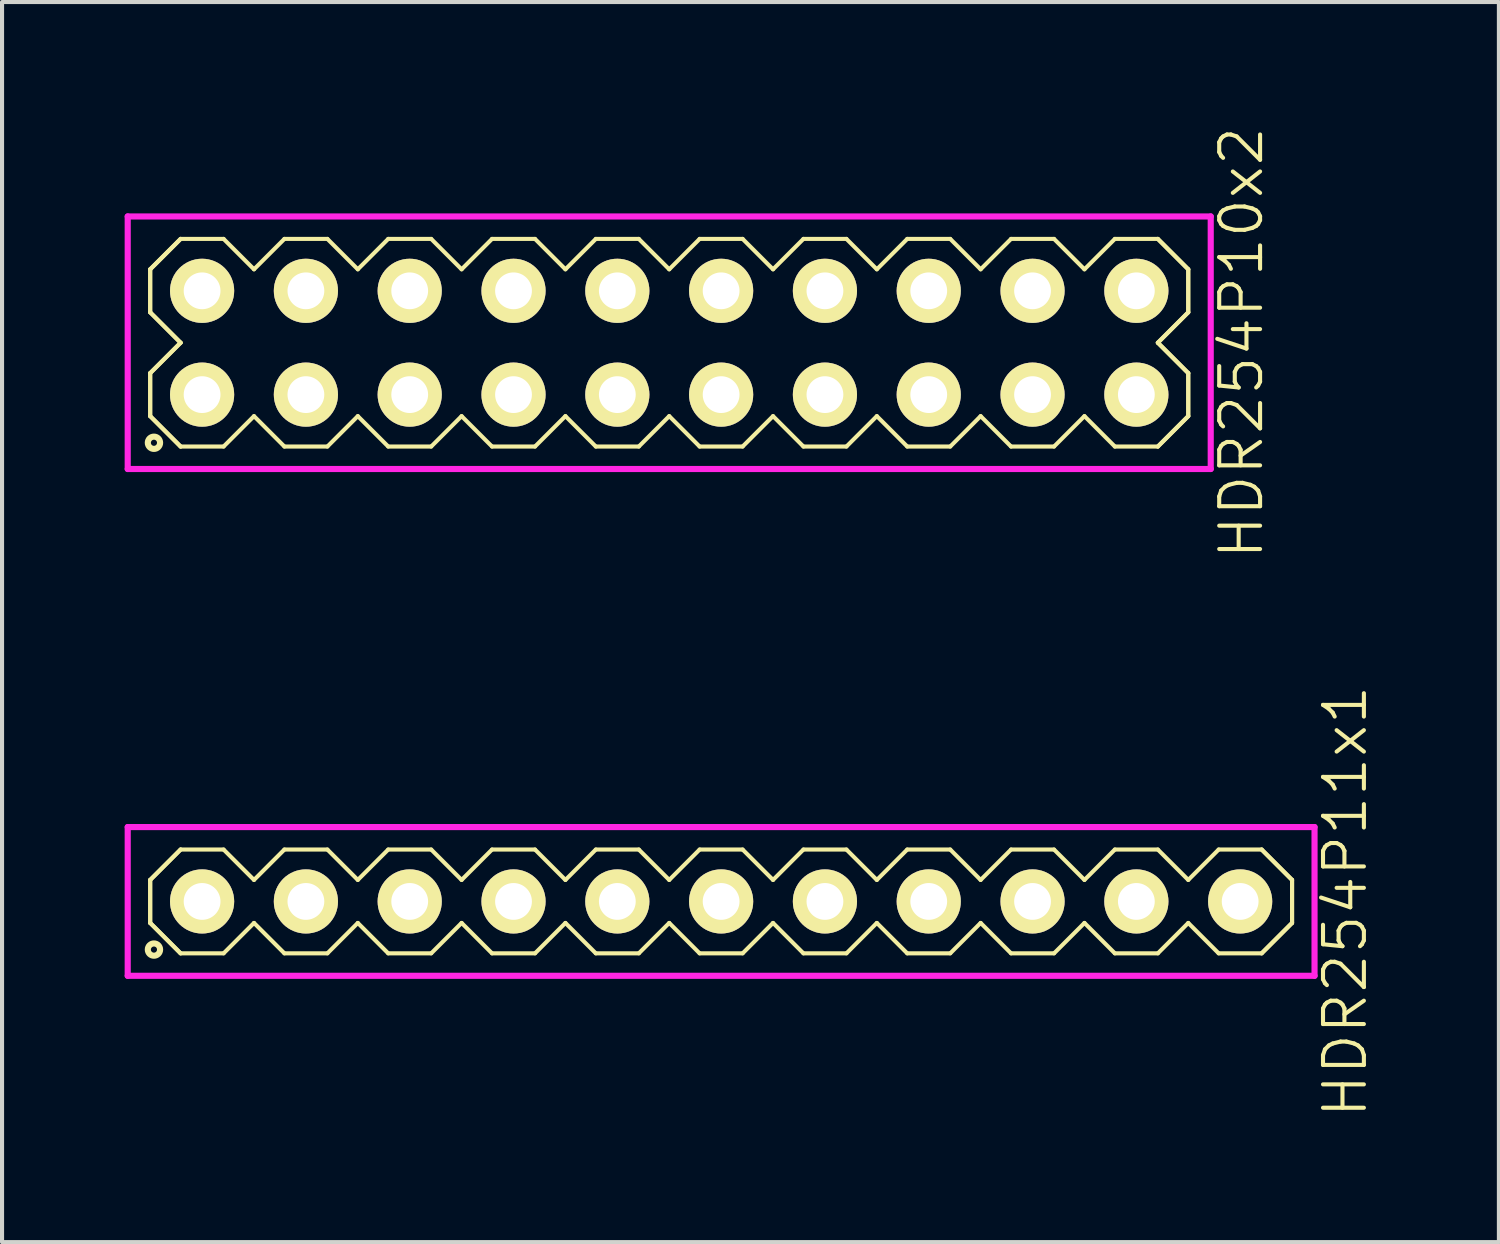
<source format=kicad_pcb>
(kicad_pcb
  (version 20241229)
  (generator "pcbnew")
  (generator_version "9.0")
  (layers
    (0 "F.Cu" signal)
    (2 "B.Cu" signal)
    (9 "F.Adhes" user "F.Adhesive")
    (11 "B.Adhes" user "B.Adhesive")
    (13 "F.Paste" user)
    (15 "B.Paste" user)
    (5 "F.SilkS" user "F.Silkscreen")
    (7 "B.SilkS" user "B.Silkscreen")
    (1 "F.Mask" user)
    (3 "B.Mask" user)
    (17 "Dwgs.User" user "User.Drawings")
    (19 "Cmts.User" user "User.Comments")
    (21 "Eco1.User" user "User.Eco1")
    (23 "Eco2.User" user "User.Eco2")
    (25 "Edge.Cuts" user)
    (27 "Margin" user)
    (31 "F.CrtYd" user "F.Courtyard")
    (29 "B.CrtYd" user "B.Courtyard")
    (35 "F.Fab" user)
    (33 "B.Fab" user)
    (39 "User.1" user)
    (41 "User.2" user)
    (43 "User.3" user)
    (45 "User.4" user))
  (footprint "HDR254P11x1"
    (layer "F.Cu")
    (at 14.595 19.007)
    (property "Reference" "HDR254P11x1" (at 15.27 0 90) (layer "F.SilkS") (effects (font (size 1 1) (thickness 0.1))))
    (attr through_hole)
    (fp_line (start -13.97 -0.526) (end -13.226 -1.27) (stroke (width 0.1) (type solid)) (layer "F.SilkS"))
    (fp_line (start -13.97 -0.526) (end -13.226 -1.27) (stroke (width 0.1) (type solid)) (layer "F.SilkS"))
    (fp_line (start -13.97 0.526) (end -13.97 -0.526) (stroke (width 0.1) (type solid)) (layer "F.SilkS"))
    (fp_line (start -13.97 0.526) (end -13.97 -0.526) (stroke (width 0.1) (type solid)) (layer "F.SilkS"))
    (fp_line (start -13.226 -1.27) (end -12.174 -1.27) (stroke (width 0.1) (type solid)) (layer "F.SilkS"))
    (fp_line (start -13.226 1.27) (end -13.97 0.526) (stroke (width 0.1) (type solid)) (layer "F.SilkS"))
    (fp_line (start -13.226 1.27) (end -13.97 0.526) (stroke (width 0.1) (type solid)) (layer "F.SilkS"))
    (fp_line (start -12.174 -1.27) (end -11.43 -0.526) (stroke (width 0.1) (type solid)) (layer "F.SilkS"))
    (fp_line (start -12.174 1.27) (end -13.226 1.27) (stroke (width 0.1) (type solid)) (layer "F.SilkS"))
    (fp_line (start -11.43 -0.526) (end -10.686 -1.27) (stroke (width 0.1) (type solid)) (layer "F.SilkS"))
    (fp_line (start -11.43 0.526) (end -12.174 1.27) (stroke (width 0.1) (type solid)) (layer "F.SilkS"))
    (fp_line (start -10.686 -1.27) (end -9.634 -1.27) (stroke (width 0.1) (type solid)) (layer "F.SilkS"))
    (fp_line (start -10.686 1.27) (end -11.43 0.526) (stroke (width 0.1) (type solid)) (layer "F.SilkS"))
    (fp_line (start -9.634 -1.27) (end -8.89 -0.526) (stroke (width 0.1) (type solid)) (layer "F.SilkS"))
    (fp_line (start -9.634 1.27) (end -10.686 1.27) (stroke (width 0.1) (type solid)) (layer "F.SilkS"))
    (fp_line (start -8.89 -0.526) (end -8.146 -1.27) (stroke (width 0.1) (type solid)) (layer "F.SilkS"))
    (fp_line (start -8.89 0.526) (end -9.634 1.27) (stroke (width 0.1) (type solid)) (layer "F.SilkS"))
    (fp_line (start -8.146 -1.27) (end -7.094 -1.27) (stroke (width 0.1) (type solid)) (layer "F.SilkS"))
    (fp_line (start -8.146 1.27) (end -8.89 0.526) (stroke (width 0.1) (type solid)) (layer "F.SilkS"))
    (fp_line (start -7.094 -1.27) (end -6.35 -0.526) (stroke (width 0.1) (type solid)) (layer "F.SilkS"))
    (fp_line (start -7.094 1.27) (end -8.146 1.27) (stroke (width 0.1) (type solid)) (layer "F.SilkS"))
    (fp_line (start -6.35 -0.526) (end -5.606 -1.27) (stroke (width 0.1) (type solid)) (layer "F.SilkS"))
    (fp_line (start -6.35 0.526) (end -7.094 1.27) (stroke (width 0.1) (type solid)) (layer "F.SilkS"))
    (fp_line (start -5.606 -1.27) (end -4.554 -1.27) (stroke (width 0.1) (type solid)) (layer "F.SilkS"))
    (fp_line (start -5.606 1.27) (end -6.35 0.526) (stroke (width 0.1) (type solid)) (layer "F.SilkS"))
    (fp_line (start -4.554 -1.27) (end -3.81 -0.526) (stroke (width 0.1) (type solid)) (layer "F.SilkS"))
    (fp_line (start -4.554 1.27) (end -5.606 1.27) (stroke (width 0.1) (type solid)) (layer "F.SilkS"))
    (fp_line (start -3.81 -0.526) (end -3.066 -1.27) (stroke (width 0.1) (type solid)) (layer "F.SilkS"))
    (fp_line (start -3.81 0.526) (end -4.554 1.27) (stroke (width 0.1) (type solid)) (layer "F.SilkS"))
    (fp_line (start -3.066 -1.27) (end -2.014 -1.27) (stroke (width 0.1) (type solid)) (layer "F.SilkS"))
    (fp_line (start -3.066 1.27) (end -3.81 0.526) (stroke (width 0.1) (type solid)) (layer "F.SilkS"))
    (fp_line (start -2.014 -1.27) (end -1.27 -0.526) (stroke (width 0.1) (type solid)) (layer "F.SilkS"))
    (fp_line (start -2.014 1.27) (end -3.066 1.27) (stroke (width 0.1) (type solid)) (layer "F.SilkS"))
    (fp_line (start -1.27 -0.526) (end -0.526 -1.27) (stroke (width 0.1) (type solid)) (layer "F.SilkS"))
    (fp_line (start -1.27 0.526) (end -2.014 1.27) (stroke (width 0.1) (type solid)) (layer "F.SilkS"))
    (fp_line (start -0.526 -1.27) (end 0.526 -1.27) (stroke (width 0.1) (type solid)) (layer "F.SilkS"))
    (fp_line (start -0.526 1.27) (end -1.27 0.526) (stroke (width 0.1) (type solid)) (layer "F.SilkS"))
    (fp_line (start 0.526 -1.27) (end 1.27 -0.526) (stroke (width 0.1) (type solid)) (layer "F.SilkS"))
    (fp_line (start 0.526 1.27) (end -0.526 1.27) (stroke (width 0.1) (type solid)) (layer "F.SilkS"))
    (fp_line (start 1.27 -0.526) (end 2.014 -1.27) (stroke (width 0.1) (type solid)) (layer "F.SilkS"))
    (fp_line (start 1.27 0.526) (end 0.526 1.27) (stroke (width 0.1) (type solid)) (layer "F.SilkS"))
    (fp_line (start 2.014 -1.27) (end 3.066 -1.27) (stroke (width 0.1) (type solid)) (layer "F.SilkS"))
    (fp_line (start 2.014 1.27) (end 1.27 0.526) (stroke (width 0.1) (type solid)) (layer "F.SilkS"))
    (fp_line (start 3.066 -1.27) (end 3.81 -0.526) (stroke (width 0.1) (type solid)) (layer "F.SilkS"))
    (fp_line (start 3.066 1.27) (end 2.014 1.27) (stroke (width 0.1) (type solid)) (layer "F.SilkS"))
    (fp_line (start 3.81 -0.526) (end 4.554 -1.27) (stroke (width 0.1) (type solid)) (layer "F.SilkS"))
    (fp_line (start 3.81 0.526) (end 3.066 1.27) (stroke (width 0.1) (type solid)) (layer "F.SilkS"))
    (fp_line (start 4.554 -1.27) (end 5.606 -1.27) (stroke (width 0.1) (type solid)) (layer "F.SilkS"))
    (fp_line (start 4.554 1.27) (end 3.81 0.526) (stroke (width 0.1) (type solid)) (layer "F.SilkS"))
    (fp_line (start 5.606 -1.27) (end 6.35 -0.526) (stroke (width 0.1) (type solid)) (layer "F.SilkS"))
    (fp_line (start 5.606 1.27) (end 4.554 1.27) (stroke (width 0.1) (type solid)) (layer "F.SilkS"))
    (fp_line (start 6.35 -0.526) (end 7.094 -1.27) (stroke (width 0.1) (type solid)) (layer "F.SilkS"))
    (fp_line (start 6.35 0.526) (end 5.606 1.27) (stroke (width 0.1) (type solid)) (layer "F.SilkS"))
    (fp_line (start 7.094 -1.27) (end 8.146 -1.27) (stroke (width 0.1) (type solid)) (layer "F.SilkS"))
    (fp_line (start 7.094 1.27) (end 6.35 0.526) (stroke (width 0.1) (type solid)) (layer "F.SilkS"))
    (fp_line (start 8.146 -1.27) (end 8.89 -0.526) (stroke (width 0.1) (type solid)) (layer "F.SilkS"))
    (fp_line (start 8.146 1.27) (end 7.094 1.27) (stroke (width 0.1) (type solid)) (layer "F.SilkS"))
    (fp_line (start 8.89 -0.526) (end 9.634 -1.27) (stroke (width 0.1) (type solid)) (layer "F.SilkS"))
    (fp_line (start 8.89 0.526) (end 8.146 1.27) (stroke (width 0.1) (type solid)) (layer "F.SilkS"))
    (fp_line (start 9.634 -1.27) (end 10.686 -1.27) (stroke (width 0.1) (type solid)) (layer "F.SilkS"))
    (fp_line (start 9.634 1.27) (end 8.89 0.526) (stroke (width 0.1) (type solid)) (layer "F.SilkS"))
    (fp_line (start 10.686 -1.27) (end 11.43 -0.526) (stroke (width 0.1) (type solid)) (layer "F.SilkS"))
    (fp_line (start 10.686 1.27) (end 9.634 1.27) (stroke (width 0.1) (type solid)) (layer "F.SilkS"))
    (fp_line (start 11.43 -0.526) (end 12.174 -1.27) (stroke (width 0.1) (type solid)) (layer "F.SilkS"))
    (fp_line (start 11.43 0.526) (end 10.686 1.27) (stroke (width 0.1) (type solid)) (layer "F.SilkS"))
    (fp_line (start 12.174 -1.27) (end 13.226 -1.27) (stroke (width 0.1) (type solid)) (layer "F.SilkS"))
    (fp_line (start 12.174 1.27) (end 11.43 0.526) (stroke (width 0.1) (type solid)) (layer "F.SilkS"))
    (fp_line (start 13.226 -1.27) (end 13.97 -0.526) (stroke (width 0.1) (type solid)) (layer "F.SilkS"))
    (fp_line (start 13.226 -1.27) (end 13.97 -0.526) (stroke (width 0.1) (type solid)) (layer "F.SilkS"))
    (fp_line (start 13.226 1.27) (end 12.174 1.27) (stroke (width 0.1) (type solid)) (layer "F.SilkS"))
    (fp_line (start 13.97 -0.526) (end 13.97 0.526) (stroke (width 0.1) (type solid)) (layer "F.SilkS"))
    (fp_line (start 13.97 -0.526) (end 13.97 0.526) (stroke (width 0.1) (type solid)) (layer "F.SilkS"))
    (fp_line (start 13.97 0.526) (end 13.226 1.27) (stroke (width 0.1) (type solid)) (layer "F.SilkS"))
    (fp_line (start 13.97 0.526) (end 13.226 1.27) (stroke (width 0.1) (type solid)) (layer "F.SilkS"))
    (fp_circle (center -13.878 1.178) (end -13.728 1.178) (stroke (width 0.15) (type solid)) (fill no) (layer "F.SilkS"))
    (fp_line (start -14.52 -1.82) (end -14.52 1.82) (stroke (width 0.15) (type solid)) (layer "F.CrtYd"))
    (fp_line (start -14.52 1.82) (end 14.52 1.82) (stroke (width 0.15) (type solid)) (layer "F.CrtYd"))
    (fp_line (start 14.52 -1.82) (end -14.52 -1.82) (stroke (width 0.15) (type solid)) (layer "F.CrtYd"))
    (fp_line (start 14.52 1.82) (end 14.52 -1.82) (stroke (width 0.15) (type solid)) (layer "F.CrtYd"))
    (pad "1" thru_hole oval (at -12.7 0) (size 1.57 1.57) (drill 0.9) (layers "*.Cu" "*.Mask" "F.SilkS"))
    (pad "2" thru_hole oval (at -10.16 0) (size 1.57 1.57) (drill 0.9) (layers "*.Cu" "*.Mask" "F.SilkS"))
    (pad "3" thru_hole oval (at -7.62 0) (size 1.57 1.57) (drill 0.9) (layers "*.Cu" "*.Mask" "F.SilkS"))
    (pad "4" thru_hole oval (at -5.08 0) (size 1.57 1.57) (drill 0.9) (layers "*.Cu" "*.Mask" "F.SilkS"))
    (pad "5" thru_hole oval (at -2.54 0) (size 1.57 1.57) (drill 0.9) (layers "*.Cu" "*.Mask" "F.SilkS"))
    (pad "6" thru_hole oval (at 0 0) (size 1.57 1.57) (drill 0.9) (layers "*.Cu" "*.Mask" "F.SilkS"))
    (pad "7" thru_hole oval (at 2.54 0) (size 1.57 1.57) (drill 0.9) (layers "*.Cu" "*.Mask" "F.SilkS"))
    (pad "8" thru_hole oval (at 5.08 0) (size 1.57 1.57) (drill 0.9) (layers "*.Cu" "*.Mask" "F.SilkS"))
    (pad "9" thru_hole oval (at 7.62 0) (size 1.57 1.57) (drill 0.9) (layers "*.Cu" "*.Mask" "F.SilkS"))
    (pad "10" thru_hole oval (at 10.16 0) (size 1.57 1.57) (drill 0.9) (layers "*.Cu" "*.Mask" "F.SilkS"))
    (pad "11" thru_hole oval (at 12.7 0) (size 1.57 1.57) (drill 0.9) (layers "*.Cu" "*.Mask" "F.SilkS")))
  (footprint "HDR254P10x2"
    (layer "F.Cu")
    (at 13.325 5.336)
    (property "Reference" "HDR254P10x2" (at 14 0 90) (layer "F.SilkS") (effects (font (size 1 1) (thickness 0.1))))
    (attr through_hole)
    (fp_line (start -12.7 -1.796) (end -11.956 -2.54) (stroke (width 0.1) (type solid)) (layer "F.SilkS"))
    (fp_line (start -12.7 -1.796) (end -11.956 -2.54) (stroke (width 0.1) (type solid)) (layer "F.SilkS"))
    (fp_line (start -12.7 -0.744) (end -12.7 -1.796) (stroke (width 0.1) (type solid)) (layer "F.SilkS"))
    (fp_line (start -12.7 -0.744) (end -12.7 -1.796) (stroke (width 0.1) (type solid)) (layer "F.SilkS"))
    (fp_line (start -12.7 0.744) (end -11.956 0) (stroke (width 0.1) (type solid)) (layer "F.SilkS"))
    (fp_line (start -12.7 0.744) (end -11.956 0) (stroke (width 0.1) (type solid)) (layer "F.SilkS"))
    (fp_line (start -12.7 1.796) (end -12.7 0.744) (stroke (width 0.1) (type solid)) (layer "F.SilkS"))
    (fp_line (start -12.7 1.796) (end -12.7 0.744) (stroke (width 0.1) (type solid)) (layer "F.SilkS"))
    (fp_line (start -11.956 -2.54) (end -10.904 -2.54) (stroke (width 0.1) (type solid)) (layer "F.SilkS"))
    (fp_line (start -11.956 0) (end -12.7 -0.744) (stroke (width 0.1) (type solid)) (layer "F.SilkS"))
    (fp_line (start -11.956 0) (end -12.7 -0.744) (stroke (width 0.1) (type solid)) (layer "F.SilkS"))
    (fp_line (start -11.956 2.54) (end -12.7 1.796) (stroke (width 0.1) (type solid)) (layer "F.SilkS"))
    (fp_line (start -11.956 2.54) (end -12.7 1.796) (stroke (width 0.1) (type solid)) (layer "F.SilkS"))
    (fp_line (start -10.904 -2.54) (end -10.16 -1.796) (stroke (width 0.1) (type solid)) (layer "F.SilkS"))
    (fp_line (start -10.904 2.54) (end -11.956 2.54) (stroke (width 0.1) (type solid)) (layer "F.SilkS"))
    (fp_line (start -10.16 -1.796) (end -9.416 -2.54) (stroke (width 0.1) (type solid)) (layer "F.SilkS"))
    (fp_line (start -10.16 1.796) (end -10.904 2.54) (stroke (width 0.1) (type solid)) (layer "F.SilkS"))
    (fp_line (start -9.416 -2.54) (end -8.364 -2.54) (stroke (width 0.1) (type solid)) (layer "F.SilkS"))
    (fp_line (start -9.416 2.54) (end -10.16 1.796) (stroke (width 0.1) (type solid)) (layer "F.SilkS"))
    (fp_line (start -8.364 -2.54) (end -7.62 -1.796) (stroke (width 0.1) (type solid)) (layer "F.SilkS"))
    (fp_line (start -8.364 2.54) (end -9.416 2.54) (stroke (width 0.1) (type solid)) (layer "F.SilkS"))
    (fp_line (start -7.62 -1.796) (end -6.876 -2.54) (stroke (width 0.1) (type solid)) (layer "F.SilkS"))
    (fp_line (start -7.62 1.796) (end -8.364 2.54) (stroke (width 0.1) (type solid)) (layer "F.SilkS"))
    (fp_line (start -6.876 -2.54) (end -5.824 -2.54) (stroke (width 0.1) (type solid)) (layer "F.SilkS"))
    (fp_line (start -6.876 2.54) (end -7.62 1.796) (stroke (width 0.1) (type solid)) (layer "F.SilkS"))
    (fp_line (start -5.824 -2.54) (end -5.08 -1.796) (stroke (width 0.1) (type solid)) (layer "F.SilkS"))
    (fp_line (start -5.824 2.54) (end -6.876 2.54) (stroke (width 0.1) (type solid)) (layer "F.SilkS"))
    (fp_line (start -5.08 -1.796) (end -4.336 -2.54) (stroke (width 0.1) (type solid)) (layer "F.SilkS"))
    (fp_line (start -5.08 1.796) (end -5.824 2.54) (stroke (width 0.1) (type solid)) (layer "F.SilkS"))
    (fp_line (start -4.336 -2.54) (end -3.284 -2.54) (stroke (width 0.1) (type solid)) (layer "F.SilkS"))
    (fp_line (start -4.336 2.54) (end -5.08 1.796) (stroke (width 0.1) (type solid)) (layer "F.SilkS"))
    (fp_line (start -3.284 -2.54) (end -2.54 -1.796) (stroke (width 0.1) (type solid)) (layer "F.SilkS"))
    (fp_line (start -3.284 2.54) (end -4.336 2.54) (stroke (width 0.1) (type solid)) (layer "F.SilkS"))
    (fp_line (start -2.54 -1.796) (end -1.796 -2.54) (stroke (width 0.1) (type solid)) (layer "F.SilkS"))
    (fp_line (start -2.54 1.796) (end -3.284 2.54) (stroke (width 0.1) (type solid)) (layer "F.SilkS"))
    (fp_line (start -1.796 -2.54) (end -0.744 -2.54) (stroke (width 0.1) (type solid)) (layer "F.SilkS"))
    (fp_line (start -1.796 2.54) (end -2.54 1.796) (stroke (width 0.1) (type solid)) (layer "F.SilkS"))
    (fp_line (start -0.744 -2.54) (end 0 -1.796) (stroke (width 0.1) (type solid)) (layer "F.SilkS"))
    (fp_line (start -0.744 2.54) (end -1.796 2.54) (stroke (width 0.1) (type solid)) (layer "F.SilkS"))
    (fp_line (start 0 -1.796) (end 0.744 -2.54) (stroke (width 0.1) (type solid)) (layer "F.SilkS"))
    (fp_line (start 0 1.796) (end -0.744 2.54) (stroke (width 0.1) (type solid)) (layer "F.SilkS"))
    (fp_line (start 0.744 -2.54) (end 1.796 -2.54) (stroke (width 0.1) (type solid)) (layer "F.SilkS"))
    (fp_line (start 0.744 2.54) (end 0 1.796) (stroke (width 0.1) (type solid)) (layer "F.SilkS"))
    (fp_line (start 1.796 -2.54) (end 2.54 -1.796) (stroke (width 0.1) (type solid)) (layer "F.SilkS"))
    (fp_line (start 1.796 2.54) (end 0.744 2.54) (stroke (width 0.1) (type solid)) (layer "F.SilkS"))
    (fp_line (start 2.54 -1.796) (end 3.284 -2.54) (stroke (width 0.1) (type solid)) (layer "F.SilkS"))
    (fp_line (start 2.54 1.796) (end 1.796 2.54) (stroke (width 0.1) (type solid)) (layer "F.SilkS"))
    (fp_line (start 3.284 -2.54) (end 4.336 -2.54) (stroke (width 0.1) (type solid)) (layer "F.SilkS"))
    (fp_line (start 3.284 2.54) (end 2.54 1.796) (stroke (width 0.1) (type solid)) (layer "F.SilkS"))
    (fp_line (start 4.336 -2.54) (end 5.08 -1.796) (stroke (width 0.1) (type solid)) (layer "F.SilkS"))
    (fp_line (start 4.336 2.54) (end 3.284 2.54) (stroke (width 0.1) (type solid)) (layer "F.SilkS"))
    (fp_line (start 5.08 -1.796) (end 5.824 -2.54) (stroke (width 0.1) (type solid)) (layer "F.SilkS"))
    (fp_line (start 5.08 1.796) (end 4.336 2.54) (stroke (width 0.1) (type solid)) (layer "F.SilkS"))
    (fp_line (start 5.824 -2.54) (end 6.876 -2.54) (stroke (width 0.1) (type solid)) (layer "F.SilkS"))
    (fp_line (start 5.824 2.54) (end 5.08 1.796) (stroke (width 0.1) (type solid)) (layer "F.SilkS"))
    (fp_line (start 6.876 -2.54) (end 7.62 -1.796) (stroke (width 0.1) (type solid)) (layer "F.SilkS"))
    (fp_line (start 6.876 2.54) (end 5.824 2.54) (stroke (width 0.1) (type solid)) (layer "F.SilkS"))
    (fp_line (start 7.62 -1.796) (end 8.364 -2.54) (stroke (width 0.1) (type solid)) (layer "F.SilkS"))
    (fp_line (start 7.62 1.796) (end 6.876 2.54) (stroke (width 0.1) (type solid)) (layer "F.SilkS"))
    (fp_line (start 8.364 -2.54) (end 9.416 -2.54) (stroke (width 0.1) (type solid)) (layer "F.SilkS"))
    (fp_line (start 8.364 2.54) (end 7.62 1.796) (stroke (width 0.1) (type solid)) (layer "F.SilkS"))
    (fp_line (start 9.416 -2.54) (end 10.16 -1.796) (stroke (width 0.1) (type solid)) (layer "F.SilkS"))
    (fp_line (start 9.416 2.54) (end 8.364 2.54) (stroke (width 0.1) (type solid)) (layer "F.SilkS"))
    (fp_line (start 10.16 -1.796) (end 10.904 -2.54) (stroke (width 0.1) (type solid)) (layer "F.SilkS"))
    (fp_line (start 10.16 1.796) (end 9.416 2.54) (stroke (width 0.1) (type solid)) (layer "F.SilkS"))
    (fp_line (start 10.904 -2.54) (end 11.956 -2.54) (stroke (width 0.1) (type solid)) (layer "F.SilkS"))
    (fp_line (start 10.904 2.54) (end 10.16 1.796) (stroke (width 0.1) (type solid)) (layer "F.SilkS"))
    (fp_line (start 11.956 -2.54) (end 12.7 -1.796) (stroke (width 0.1) (type solid)) (layer "F.SilkS"))
    (fp_line (start 11.956 -2.54) (end 12.7 -1.796) (stroke (width 0.1) (type solid)) (layer "F.SilkS"))
    (fp_line (start 11.956 0) (end 12.7 0.744) (stroke (width 0.1) (type solid)) (layer "F.SilkS"))
    (fp_line (start 11.956 0) (end 12.7 0.744) (stroke (width 0.1) (type solid)) (layer "F.SilkS"))
    (fp_line (start 11.956 2.54) (end 10.904 2.54) (stroke (width 0.1) (type solid)) (layer "F.SilkS"))
    (fp_line (start 12.7 -1.796) (end 12.7 -0.744) (stroke (width 0.1) (type solid)) (layer "F.SilkS"))
    (fp_line (start 12.7 -1.796) (end 12.7 -0.744) (stroke (width 0.1) (type solid)) (layer "F.SilkS"))
    (fp_line (start 12.7 -0.744) (end 11.956 0) (stroke (width 0.1) (type solid)) (layer "F.SilkS"))
    (fp_line (start 12.7 -0.744) (end 11.956 0) (stroke (width 0.1) (type solid)) (layer "F.SilkS"))
    (fp_line (start 12.7 0.744) (end 12.7 1.796) (stroke (width 0.1) (type solid)) (layer "F.SilkS"))
    (fp_line (start 12.7 0.744) (end 12.7 1.796) (stroke (width 0.1) (type solid)) (layer "F.SilkS"))
    (fp_line (start 12.7 1.796) (end 11.956 2.54) (stroke (width 0.1) (type solid)) (layer "F.SilkS"))
    (fp_line (start 12.7 1.796) (end 11.956 2.54) (stroke (width 0.1) (type solid)) (layer "F.SilkS"))
    (fp_circle (center -12.608 2.448) (end -12.458 2.448) (stroke (width 0.15) (type solid)) (fill no) (layer "F.SilkS"))
    (fp_line (start -13.25 -3.09) (end -13.25 3.09) (stroke (width 0.15) (type solid)) (layer "F.CrtYd"))
    (fp_line (start -13.25 3.09) (end 13.25 3.09) (stroke (width 0.15) (type solid)) (layer "F.CrtYd"))
    (fp_line (start 13.25 -3.09) (end -13.25 -3.09) (stroke (width 0.15) (type solid)) (layer "F.CrtYd"))
    (fp_line (start 13.25 3.09) (end 13.25 -3.09) (stroke (width 0.15) (type solid)) (layer "F.CrtYd"))
    (pad "1" thru_hole oval (at -11.43 1.27) (size 1.57 1.57) (drill 0.9) (layers "*.Cu" "*.Mask" "F.SilkS"))
    (pad "2" thru_hole oval (at -11.43 -1.27) (size 1.57 1.57) (drill 0.9) (layers "*.Cu" "*.Mask" "F.SilkS"))
    (pad "3" thru_hole oval (at -8.89 1.27) (size 1.57 1.57) (drill 0.9) (layers "*.Cu" "*.Mask" "F.SilkS"))
    (pad "4" thru_hole oval (at -8.89 -1.27) (size 1.57 1.57) (drill 0.9) (layers "*.Cu" "*.Mask" "F.SilkS"))
    (pad "5" thru_hole oval (at -6.35 1.27) (size 1.57 1.57) (drill 0.9) (layers "*.Cu" "*.Mask" "F.SilkS"))
    (pad "6" thru_hole oval (at -6.35 -1.27) (size 1.57 1.57) (drill 0.9) (layers "*.Cu" "*.Mask" "F.SilkS"))
    (pad "7" thru_hole oval (at -3.81 1.27) (size 1.57 1.57) (drill 0.9) (layers "*.Cu" "*.Mask" "F.SilkS"))
    (pad "8" thru_hole oval (at -3.81 -1.27) (size 1.57 1.57) (drill 0.9) (layers "*.Cu" "*.Mask" "F.SilkS"))
    (pad "9" thru_hole oval (at -1.27 1.27) (size 1.57 1.57) (drill 0.9) (layers "*.Cu" "*.Mask" "F.SilkS"))
    (pad "10" thru_hole oval (at -1.27 -1.27) (size 1.57 1.57) (drill 0.9) (layers "*.Cu" "*.Mask" "F.SilkS"))
    (pad "11" thru_hole oval (at 1.27 1.27) (size 1.57 1.57) (drill 0.9) (layers "*.Cu" "*.Mask" "F.SilkS"))
    (pad "12" thru_hole oval (at 1.27 -1.27) (size 1.57 1.57) (drill 0.9) (layers "*.Cu" "*.Mask" "F.SilkS"))
    (pad "13" thru_hole oval (at 3.81 1.27) (size 1.57 1.57) (drill 0.9) (layers "*.Cu" "*.Mask" "F.SilkS"))
    (pad "14" thru_hole oval (at 3.81 -1.27) (size 1.57 1.57) (drill 0.9) (layers "*.Cu" "*.Mask" "F.SilkS"))
    (pad "15" thru_hole oval (at 6.35 1.27) (size 1.57 1.57) (drill 0.9) (layers "*.Cu" "*.Mask" "F.SilkS"))
    (pad "16" thru_hole oval (at 6.35 -1.27) (size 1.57 1.57) (drill 0.9) (layers "*.Cu" "*.Mask" "F.SilkS"))
    (pad "17" thru_hole oval (at 8.89 1.27) (size 1.57 1.57) (drill 0.9) (layers "*.Cu" "*.Mask" "F.SilkS"))
    (pad "18" thru_hole oval (at 8.89 -1.27) (size 1.57 1.57) (drill 0.9) (layers "*.Cu" "*.Mask" "F.SilkS"))
    (pad "19" thru_hole oval (at 11.43 1.27) (size 1.57 1.57) (drill 0.9) (layers "*.Cu" "*.Mask" "F.SilkS"))
    (pad "20" thru_hole oval (at 11.43 -1.27) (size 1.57 1.57) (drill 0.9) (layers "*.Cu" "*.Mask" "F.SilkS")))
  (gr_rect
    (start -3 -3)
    (end 33.626 27.343)
    (stroke (width 0.1) (type default))
    (fill no)
    (layer "Edge.Cuts")))
</source>
